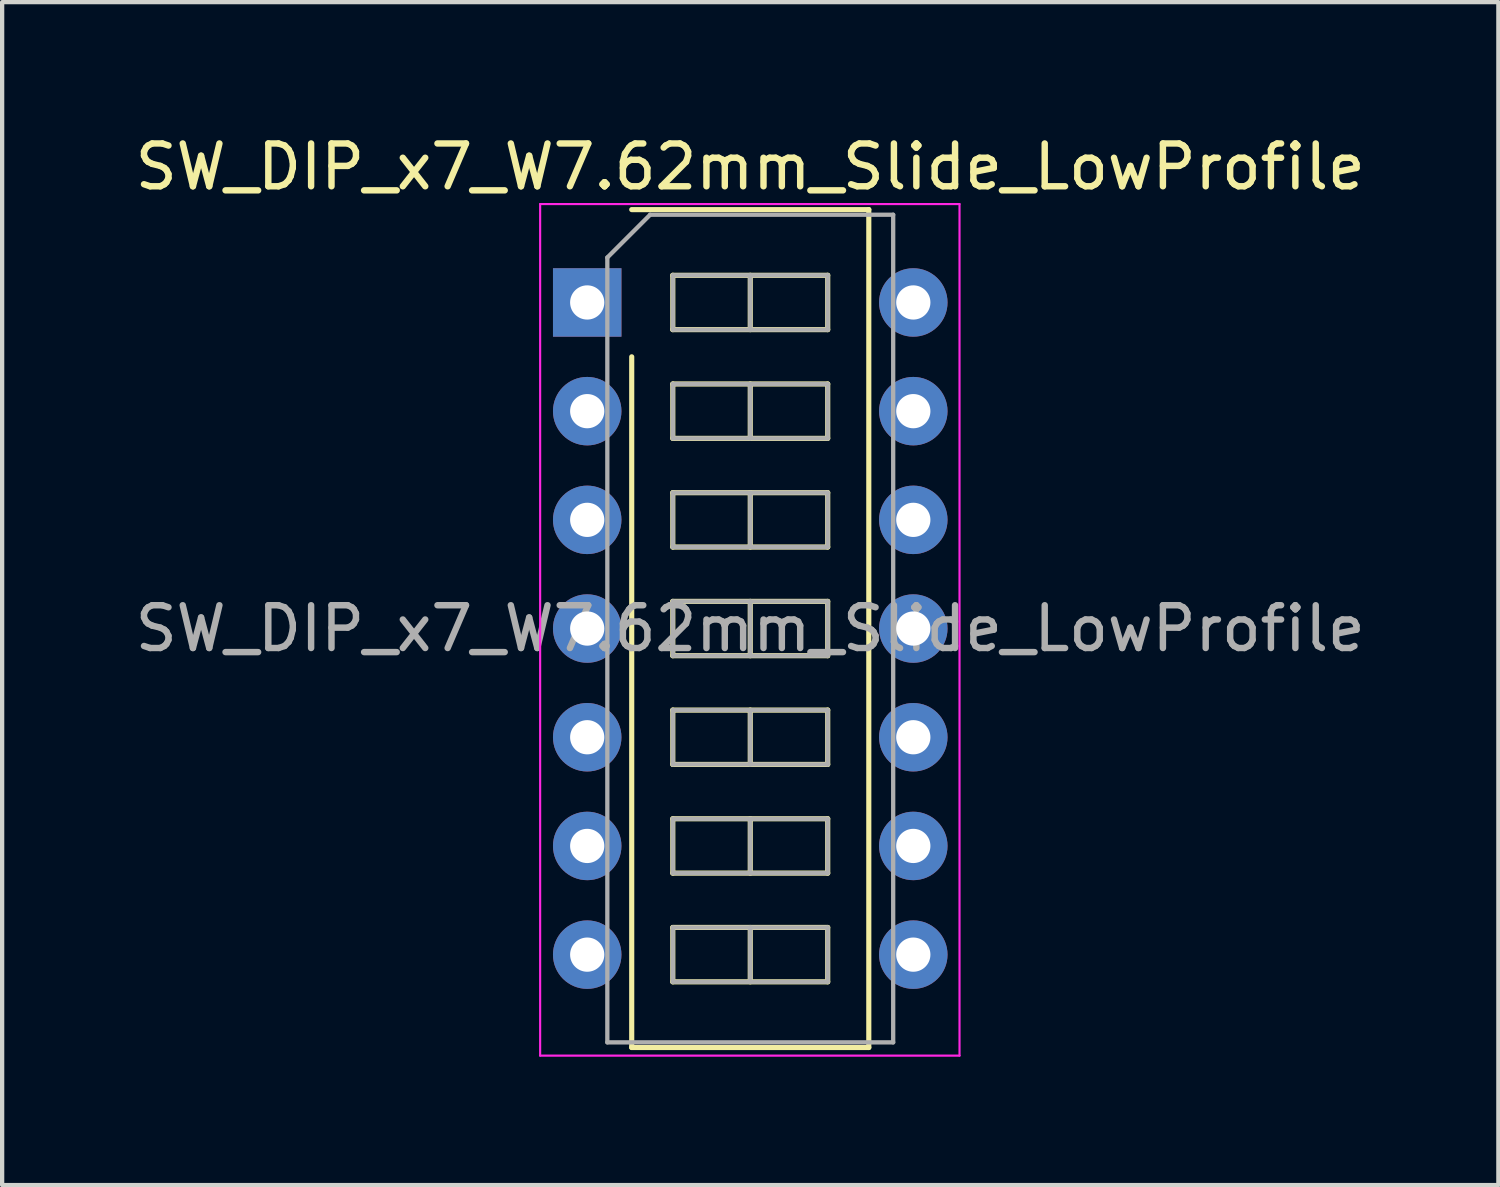
<source format=kicad_pcb>
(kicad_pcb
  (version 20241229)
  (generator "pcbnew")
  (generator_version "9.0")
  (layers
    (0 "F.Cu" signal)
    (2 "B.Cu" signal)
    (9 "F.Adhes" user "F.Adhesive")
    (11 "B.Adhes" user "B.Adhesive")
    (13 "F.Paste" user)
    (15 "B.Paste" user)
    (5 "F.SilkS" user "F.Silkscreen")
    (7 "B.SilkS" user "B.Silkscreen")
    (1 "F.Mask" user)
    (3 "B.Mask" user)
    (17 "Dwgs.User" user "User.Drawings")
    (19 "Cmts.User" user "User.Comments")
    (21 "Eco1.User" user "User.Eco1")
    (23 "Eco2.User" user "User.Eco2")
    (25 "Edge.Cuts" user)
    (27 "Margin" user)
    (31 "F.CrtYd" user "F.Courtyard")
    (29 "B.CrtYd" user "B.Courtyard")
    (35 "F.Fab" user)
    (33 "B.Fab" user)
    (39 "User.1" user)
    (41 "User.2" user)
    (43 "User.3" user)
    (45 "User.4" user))
  (footprint "SW_DIP_x7_W7.62mm_Slide_LowProfile"
    (layer "F.Cu")
    (at 10.672 4.018)
    (property "Reference" "SW_DIP_x7_W7.62mm_Slide_LowProfile" (at 3.81 -3.17 0) (layer "F.SilkS") (effects (font (size 1 1) (thickness 0.15))))
    (attr through_hole)
    (fp_line (start 1.04 -2.17) (end 6.58 -2.17) (stroke (width 0.12) (type solid)) (layer "F.SilkS"))
    (fp_line (start 1.04 17.41) (end 1.04 1.27) (stroke (width 0.12) (type solid)) (layer "F.SilkS"))
    (fp_line (start 2 -0.635) (end 2 0.635) (stroke (width 0.12) (type solid)) (layer "F.SilkS"))
    (fp_line (start 2 0.635) (end 5.62 0.635) (stroke (width 0.12) (type solid)) (layer "F.SilkS"))
    (fp_line (start 2 1.905) (end 2 3.175) (stroke (width 0.12) (type solid)) (layer "F.SilkS"))
    (fp_line (start 2 3.175) (end 5.62 3.175) (stroke (width 0.12) (type solid)) (layer "F.SilkS"))
    (fp_line (start 2 4.445) (end 2 5.715) (stroke (width 0.12) (type solid)) (layer "F.SilkS"))
    (fp_line (start 2 5.715) (end 5.62 5.715) (stroke (width 0.12) (type solid)) (layer "F.SilkS"))
    (fp_line (start 2 6.985) (end 2 8.255) (stroke (width 0.12) (type solid)) (layer "F.SilkS"))
    (fp_line (start 2 8.255) (end 5.62 8.255) (stroke (width 0.12) (type solid)) (layer "F.SilkS"))
    (fp_line (start 2 9.525) (end 2 10.795) (stroke (width 0.12) (type solid)) (layer "F.SilkS"))
    (fp_line (start 2 10.795) (end 5.62 10.795) (stroke (width 0.12) (type solid)) (layer "F.SilkS"))
    (fp_line (start 2 12.065) (end 2 13.335) (stroke (width 0.12) (type solid)) (layer "F.SilkS"))
    (fp_line (start 2 13.335) (end 5.62 13.335) (stroke (width 0.12) (type solid)) (layer "F.SilkS"))
    (fp_line (start 2 14.605) (end 2 15.875) (stroke (width 0.12) (type solid)) (layer "F.SilkS"))
    (fp_line (start 2 15.875) (end 5.62 15.875) (stroke (width 0.12) (type solid)) (layer "F.SilkS"))
    (fp_line (start 3.81 -0.635) (end 3.81 0.635) (stroke (width 0.12) (type solid)) (layer "F.SilkS"))
    (fp_line (start 3.81 1.905) (end 3.81 3.175) (stroke (width 0.12) (type solid)) (layer "F.SilkS"))
    (fp_line (start 3.81 4.445) (end 3.81 5.715) (stroke (width 0.12) (type solid)) (layer "F.SilkS"))
    (fp_line (start 3.81 6.985) (end 3.81 8.255) (stroke (width 0.12) (type solid)) (layer "F.SilkS"))
    (fp_line (start 3.81 9.525) (end 3.81 10.795) (stroke (width 0.12) (type solid)) (layer "F.SilkS"))
    (fp_line (start 3.81 12.065) (end 3.81 13.335) (stroke (width 0.12) (type solid)) (layer "F.SilkS"))
    (fp_line (start 3.81 14.605) (end 3.81 15.875) (stroke (width 0.12) (type solid)) (layer "F.SilkS"))
    (fp_line (start 5.62 -0.635) (end 2 -0.635) (stroke (width 0.12) (type solid)) (layer "F.SilkS"))
    (fp_line (start 5.62 0.635) (end 5.62 -0.635) (stroke (width 0.12) (type solid)) (layer "F.SilkS"))
    (fp_line (start 5.62 1.905) (end 2 1.905) (stroke (width 0.12) (type solid)) (layer "F.SilkS"))
    (fp_line (start 5.62 3.175) (end 5.62 1.905) (stroke (width 0.12) (type solid)) (layer "F.SilkS"))
    (fp_line (start 5.62 4.445) (end 2 4.445) (stroke (width 0.12) (type solid)) (layer "F.SilkS"))
    (fp_line (start 5.62 5.715) (end 5.62 4.445) (stroke (width 0.12) (type solid)) (layer "F.SilkS"))
    (fp_line (start 5.62 6.985) (end 2 6.985) (stroke (width 0.12) (type solid)) (layer "F.SilkS"))
    (fp_line (start 5.62 8.255) (end 5.62 6.985) (stroke (width 0.12) (type solid)) (layer "F.SilkS"))
    (fp_line (start 5.62 9.525) (end 2 9.525) (stroke (width 0.12) (type solid)) (layer "F.SilkS"))
    (fp_line (start 5.62 10.795) (end 5.62 9.525) (stroke (width 0.12) (type solid)) (layer "F.SilkS"))
    (fp_line (start 5.62 12.065) (end 2 12.065) (stroke (width 0.12) (type solid)) (layer "F.SilkS"))
    (fp_line (start 5.62 13.335) (end 5.62 12.065) (stroke (width 0.12) (type solid)) (layer "F.SilkS"))
    (fp_line (start 5.62 14.605) (end 2 14.605) (stroke (width 0.12) (type solid)) (layer "F.SilkS"))
    (fp_line (start 5.62 15.875) (end 5.62 14.605) (stroke (width 0.12) (type solid)) (layer "F.SilkS"))
    (fp_line (start 6.58 -2.17) (end 6.58 17.41) (stroke (width 0.12) (type solid)) (layer "F.SilkS"))
    (fp_line (start 6.58 17.41) (end 1.04 17.41) (stroke (width 0.12) (type solid)) (layer "F.SilkS"))
    (fp_line (start -1.1 -2.3) (end -1.1 17.6) (stroke (width 0.05) (type solid)) (layer "F.CrtYd"))
    (fp_line (start -1.1 17.6) (end 8.7 17.6) (stroke (width 0.05) (type solid)) (layer "F.CrtYd"))
    (fp_line (start 8.7 -2.3) (end -1.1 -2.3) (stroke (width 0.05) (type solid)) (layer "F.CrtYd"))
    (fp_line (start 8.7 17.6) (end 8.7 -2.3) (stroke (width 0.05) (type solid)) (layer "F.CrtYd"))
    (fp_line (start 0.47 -1.05) (end 1.47 -2.05) (stroke (width 0.1) (type solid)) (layer "F.Fab"))
    (fp_line (start 0.47 17.29) (end 0.47 -1.05) (stroke (width 0.1) (type solid)) (layer "F.Fab"))
    (fp_line (start 1.47 -2.05) (end 7.15 -2.05) (stroke (width 0.1) (type solid)) (layer "F.Fab"))
    (fp_line (start 2 -0.635) (end 2 0.635) (stroke (width 0.1) (type solid)) (layer "F.Fab"))
    (fp_line (start 2 0.635) (end 5.62 0.635) (stroke (width 0.1) (type solid)) (layer "F.Fab"))
    (fp_line (start 2 1.905) (end 2 3.175) (stroke (width 0.1) (type solid)) (layer "F.Fab"))
    (fp_line (start 2 3.175) (end 5.62 3.175) (stroke (width 0.1) (type solid)) (layer "F.Fab"))
    (fp_line (start 2 4.445) (end 2 5.715) (stroke (width 0.1) (type solid)) (layer "F.Fab"))
    (fp_line (start 2 5.715) (end 5.62 5.715) (stroke (width 0.1) (type solid)) (layer "F.Fab"))
    (fp_line (start 2 6.985) (end 2 8.255) (stroke (width 0.1) (type solid)) (layer "F.Fab"))
    (fp_line (start 2 8.255) (end 5.62 8.255) (stroke (width 0.1) (type solid)) (layer "F.Fab"))
    (fp_line (start 2 9.525) (end 2 10.795) (stroke (width 0.1) (type solid)) (layer "F.Fab"))
    (fp_line (start 2 10.795) (end 5.62 10.795) (stroke (width 0.1) (type solid)) (layer "F.Fab"))
    (fp_line (start 2 12.065) (end 2 13.335) (stroke (width 0.1) (type solid)) (layer "F.Fab"))
    (fp_line (start 2 13.335) (end 5.62 13.335) (stroke (width 0.1) (type solid)) (layer "F.Fab"))
    (fp_line (start 2 14.605) (end 2 15.875) (stroke (width 0.1) (type solid)) (layer "F.Fab"))
    (fp_line (start 2 15.875) (end 5.62 15.875) (stroke (width 0.1) (type solid)) (layer "F.Fab"))
    (fp_line (start 3.81 -0.635) (end 3.81 0.635) (stroke (width 0.1) (type solid)) (layer "F.Fab"))
    (fp_line (start 3.81 1.905) (end 3.81 3.175) (stroke (width 0.1) (type solid)) (layer "F.Fab"))
    (fp_line (start 3.81 4.445) (end 3.81 5.715) (stroke (width 0.1) (type solid)) (layer "F.Fab"))
    (fp_line (start 3.81 6.985) (end 3.81 8.255) (stroke (width 0.1) (type solid)) (layer "F.Fab"))
    (fp_line (start 3.81 9.525) (end 3.81 10.795) (stroke (width 0.1) (type solid)) (layer "F.Fab"))
    (fp_line (start 3.81 12.065) (end 3.81 13.335) (stroke (width 0.1) (type solid)) (layer "F.Fab"))
    (fp_line (start 3.81 14.605) (end 3.81 15.875) (stroke (width 0.1) (type solid)) (layer "F.Fab"))
    (fp_line (start 5.62 -0.635) (end 2 -0.635) (stroke (width 0.1) (type solid)) (layer "F.Fab"))
    (fp_line (start 5.62 0.635) (end 5.62 -0.635) (stroke (width 0.1) (type solid)) (layer "F.Fab"))
    (fp_line (start 5.62 1.905) (end 2 1.905) (stroke (width 0.1) (type solid)) (layer "F.Fab"))
    (fp_line (start 5.62 3.175) (end 5.62 1.905) (stroke (width 0.1) (type solid)) (layer "F.Fab"))
    (fp_line (start 5.62 4.445) (end 2 4.445) (stroke (width 0.1) (type solid)) (layer "F.Fab"))
    (fp_line (start 5.62 5.715) (end 5.62 4.445) (stroke (width 0.1) (type solid)) (layer "F.Fab"))
    (fp_line (start 5.62 6.985) (end 2 6.985) (stroke (width 0.1) (type solid)) (layer "F.Fab"))
    (fp_line (start 5.62 8.255) (end 5.62 6.985) (stroke (width 0.1) (type solid)) (layer "F.Fab"))
    (fp_line (start 5.62 9.525) (end 2 9.525) (stroke (width 0.1) (type solid)) (layer "F.Fab"))
    (fp_line (start 5.62 10.795) (end 5.62 9.525) (stroke (width 0.1) (type solid)) (layer "F.Fab"))
    (fp_line (start 5.62 12.065) (end 2 12.065) (stroke (width 0.1) (type solid)) (layer "F.Fab"))
    (fp_line (start 5.62 13.335) (end 5.62 12.065) (stroke (width 0.1) (type solid)) (layer "F.Fab"))
    (fp_line (start 5.62 14.605) (end 2 14.605) (stroke (width 0.1) (type solid)) (layer "F.Fab"))
    (fp_line (start 5.62 15.875) (end 5.62 14.605) (stroke (width 0.1) (type solid)) (layer "F.Fab"))
    (fp_line (start 7.15 -2.05) (end 7.15 17.29) (stroke (width 0.1) (type solid)) (layer "F.Fab"))
    (fp_line (start 7.15 17.29) (end 0.47 17.29) (stroke (width 0.1) (type solid)) (layer "F.Fab"))
    (fp_text user "${REFERENCE}" (at 3.81 7.62 0) (layer "F.Fab") (effects (font (size 1 1) (thickness 0.15))))
    (pad "1" thru_hole rect (at 0 0) (size 1.6 1.6) (drill 0.8) (layers "*.Cu" "*.Mask"))
    (pad "2" thru_hole oval (at 0 2.54) (size 1.6 1.6) (drill 0.8) (layers "*.Cu" "*.Mask"))
    (pad "3" thru_hole oval (at 0 5.08) (size 1.6 1.6) (drill 0.8) (layers "*.Cu" "*.Mask"))
    (pad "4" thru_hole oval (at 0 7.62) (size 1.6 1.6) (drill 0.8) (layers "*.Cu" "*.Mask"))
    (pad "5" thru_hole oval (at 0 10.16) (size 1.6 1.6) (drill 0.8) (layers "*.Cu" "*.Mask"))
    (pad "6" thru_hole oval (at 0 12.7) (size 1.6 1.6) (drill 0.8) (layers "*.Cu" "*.Mask"))
    (pad "7" thru_hole oval (at 0 15.24) (size 1.6 1.6) (drill 0.8) (layers "*.Cu" "*.Mask"))
    (pad "8" thru_hole oval (at 7.62 15.24) (size 1.6 1.6) (drill 0.8) (layers "*.Cu" "*.Mask"))
    (pad "9" thru_hole oval (at 7.62 12.7) (size 1.6 1.6) (drill 0.8) (layers "*.Cu" "*.Mask"))
    (pad "10" thru_hole oval (at 7.62 10.16) (size 1.6 1.6) (drill 0.8) (layers "*.Cu" "*.Mask"))
    (pad "11" thru_hole oval (at 7.62 7.62) (size 1.6 1.6) (drill 0.8) (layers "*.Cu" "*.Mask"))
    (pad "12" thru_hole oval (at 7.62 5.08) (size 1.6 1.6) (drill 0.8) (layers "*.Cu" "*.Mask"))
    (pad "13" thru_hole oval (at 7.62 2.54) (size 1.6 1.6) (drill 0.8) (layers "*.Cu" "*.Mask"))
    (pad "14" thru_hole oval (at 7.62 0) (size 1.6 1.6) (drill 0.8) (layers "*.Cu" "*.Mask")))
  (gr_rect
    (start -3 -3)
    (end 31.964 24.643)
    (stroke (width 0.1) (type default))
    (fill no)
    (layer "Edge.Cuts")))
</source>
